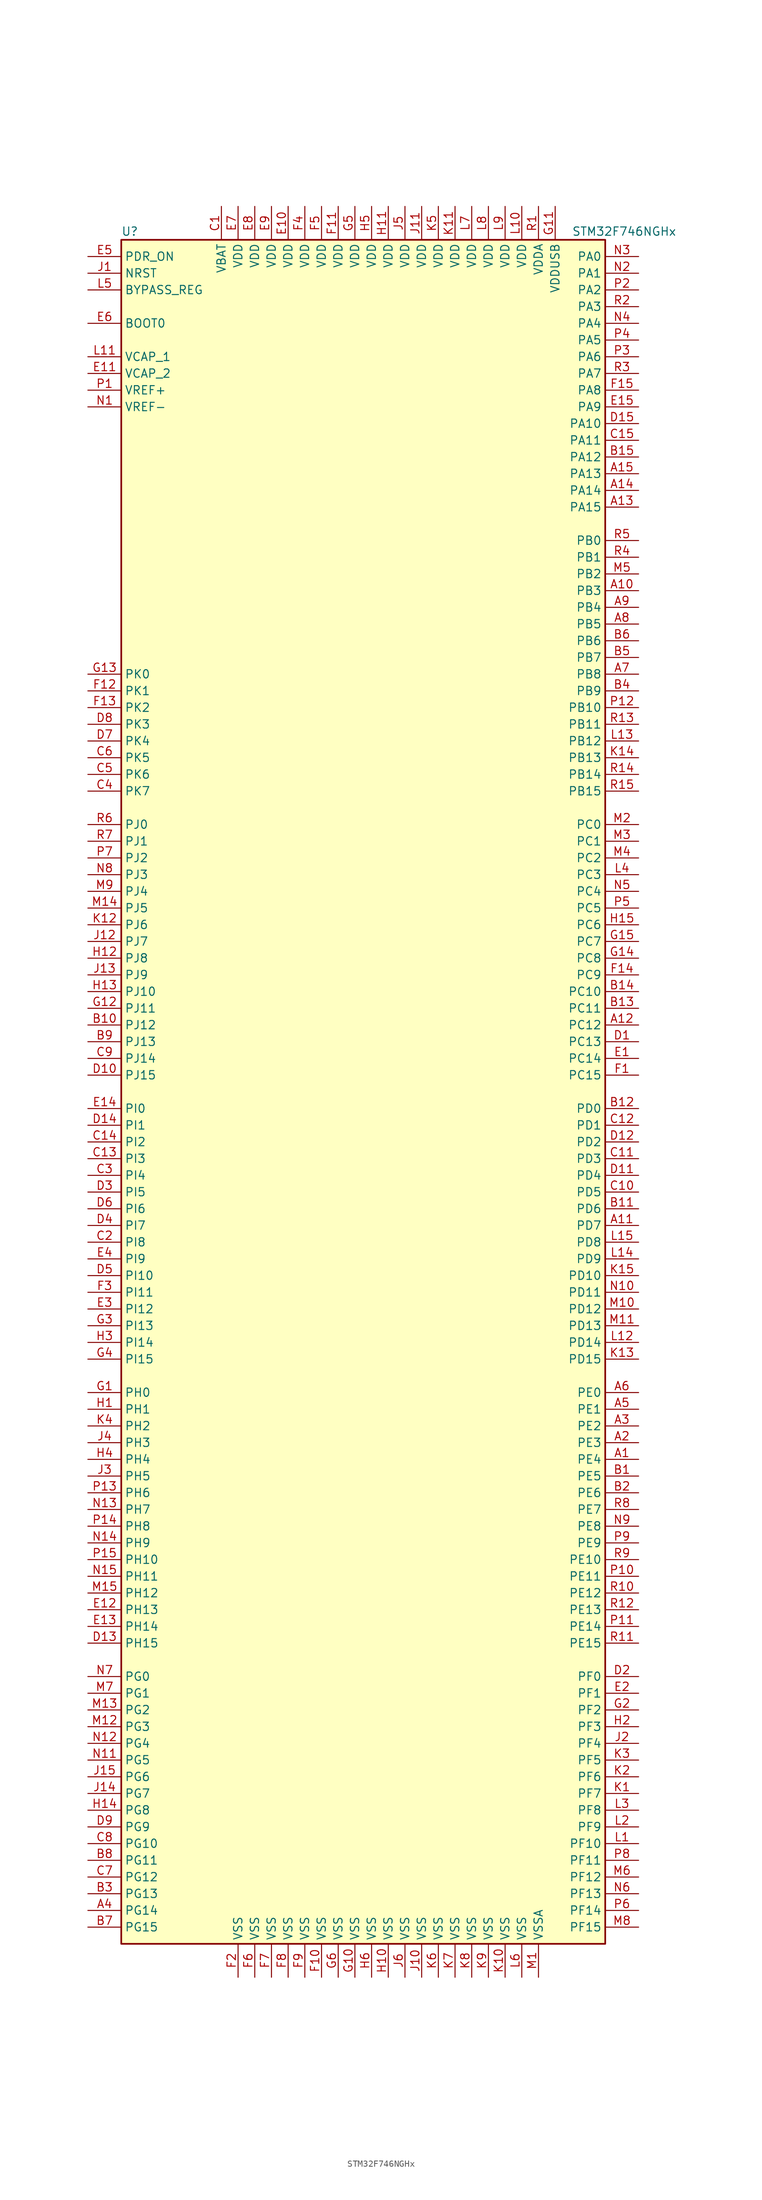
<source format=kicad_sym>
(kicad_symbol_lib
  (version 20201005)
  (generator kicad_symbol_editor)
  (symbol "MCU_ST_STM32F7:STM32F746NGHx"
    (property "Reference" "U"
      (at -38.1 130.81 0)
      (effects (font (size 1.27 1.27)) (justify left)))
    (property "Value" "STM32F746NGHx"
      (at 30.48 130.81 0)
      (effects (font (size 1.27 1.27)) (justify left)))
    (symbol "STM32F746NGHx_0_1"
      (rectangle (start -38.1 -129.54) (end 35.56 129.54) (stroke (width 0.254)) (fill (type background))))
    (symbol "STM32F746NGHx_1_1"
      (pin input line (at -43.18 116.84 0) (length 5.08) (name "BOOT0" (effects (font (size 1.27 1.27)))) (number "E6" (effects (font (size 1.27 1.27)))))
      (pin input line (at -43.18 121.92 0) (length 5.08) (name "BYPASS_REG" (effects (font (size 1.27 1.27)))) (number "L5" (effects (font (size 1.27 1.27)))))
      (pin input line (at -43.18 124.46 0) (length 5.08) (name "NRST" (effects (font (size 1.27 1.27)))) (number "J1" (effects (font (size 1.27 1.27)))))
      (pin bidirectional line (at 40.64 127 180) (length 5.08) (name "PA0" (effects (font (size 1.27 1.27)))) (number "N3" (effects (font (size 1.27 1.27)))))
      (pin bidirectional line (at 40.64 124.46 180) (length 5.08) (name "PA1" (effects (font (size 1.27 1.27)))) (number "N2" (effects (font (size 1.27 1.27)))))
      (pin bidirectional line (at 40.64 101.6 180) (length 5.08) (name "PA10" (effects (font (size 1.27 1.27)))) (number "D15" (effects (font (size 1.27 1.27)))))
      (pin bidirectional line (at 40.64 99.06 180) (length 5.08) (name "PA11" (effects (font (size 1.27 1.27)))) (number "C15" (effects (font (size 1.27 1.27)))))
      (pin bidirectional line (at 40.64 96.52 180) (length 5.08) (name "PA12" (effects (font (size 1.27 1.27)))) (number "B15" (effects (font (size 1.27 1.27)))))
      (pin bidirectional line (at 40.64 93.98 180) (length 5.08) (name "PA13" (effects (font (size 1.27 1.27)))) (number "A15" (effects (font (size 1.27 1.27)))))
      (pin bidirectional line (at 40.64 91.44 180) (length 5.08) (name "PA14" (effects (font (size 1.27 1.27)))) (number "A14" (effects (font (size 1.27 1.27)))))
      (pin bidirectional line (at 40.64 88.9 180) (length 5.08) (name "PA15" (effects (font (size 1.27 1.27)))) (number "A13" (effects (font (size 1.27 1.27)))))
      (pin bidirectional line (at 40.64 121.92 180) (length 5.08) (name "PA2" (effects (font (size 1.27 1.27)))) (number "P2" (effects (font (size 1.27 1.27)))))
      (pin bidirectional line (at 40.64 119.38 180) (length 5.08) (name "PA3" (effects (font (size 1.27 1.27)))) (number "R2" (effects (font (size 1.27 1.27)))))
      (pin bidirectional line (at 40.64 116.84 180) (length 5.08) (name "PA4" (effects (font (size 1.27 1.27)))) (number "N4" (effects (font (size 1.27 1.27)))))
      (pin bidirectional line (at 40.64 114.3 180) (length 5.08) (name "PA5" (effects (font (size 1.27 1.27)))) (number "P4" (effects (font (size 1.27 1.27)))))
      (pin bidirectional line (at 40.64 111.76 180) (length 5.08) (name "PA6" (effects (font (size 1.27 1.27)))) (number "P3" (effects (font (size 1.27 1.27)))))
      (pin bidirectional line (at 40.64 109.22 180) (length 5.08) (name "PA7" (effects (font (size 1.27 1.27)))) (number "R3" (effects (font (size 1.27 1.27)))))
      (pin bidirectional line (at 40.64 106.68 180) (length 5.08) (name "PA8" (effects (font (size 1.27 1.27)))) (number "F15" (effects (font (size 1.27 1.27)))))
      (pin bidirectional line (at 40.64 104.14 180) (length 5.08) (name "PA9" (effects (font (size 1.27 1.27)))) (number "E15" (effects (font (size 1.27 1.27)))))
      (pin bidirectional line (at 40.64 83.82 180) (length 5.08) (name "PB0" (effects (font (size 1.27 1.27)))) (number "R5" (effects (font (size 1.27 1.27)))))
      (pin bidirectional line (at 40.64 81.28 180) (length 5.08) (name "PB1" (effects (font (size 1.27 1.27)))) (number "R4" (effects (font (size 1.27 1.27)))))
      (pin bidirectional line (at 40.64 58.42 180) (length 5.08) (name "PB10" (effects (font (size 1.27 1.27)))) (number "P12" (effects (font (size 1.27 1.27)))))
      (pin bidirectional line (at 40.64 55.88 180) (length 5.08) (name "PB11" (effects (font (size 1.27 1.27)))) (number "R13" (effects (font (size 1.27 1.27)))))
      (pin bidirectional line (at 40.64 53.34 180) (length 5.08) (name "PB12" (effects (font (size 1.27 1.27)))) (number "L13" (effects (font (size 1.27 1.27)))))
      (pin bidirectional line (at 40.64 50.8 180) (length 5.08) (name "PB13" (effects (font (size 1.27 1.27)))) (number "K14" (effects (font (size 1.27 1.27)))))
      (pin bidirectional line (at 40.64 48.26 180) (length 5.08) (name "PB14" (effects (font (size 1.27 1.27)))) (number "R14" (effects (font (size 1.27 1.27)))))
      (pin bidirectional line (at 40.64 45.72 180) (length 5.08) (name "PB15" (effects (font (size 1.27 1.27)))) (number "R15" (effects (font (size 1.27 1.27)))))
      (pin bidirectional line (at 40.64 78.74 180) (length 5.08) (name "PB2" (effects (font (size 1.27 1.27)))) (number "M5" (effects (font (size 1.27 1.27)))))
      (pin bidirectional line (at 40.64 76.2 180) (length 5.08) (name "PB3" (effects (font (size 1.27 1.27)))) (number "A10" (effects (font (size 1.27 1.27)))))
      (pin bidirectional line (at 40.64 73.66 180) (length 5.08) (name "PB4" (effects (font (size 1.27 1.27)))) (number "A9" (effects (font (size 1.27 1.27)))))
      (pin bidirectional line (at 40.64 71.12 180) (length 5.08) (name "PB5" (effects (font (size 1.27 1.27)))) (number "A8" (effects (font (size 1.27 1.27)))))
      (pin bidirectional line (at 40.64 68.58 180) (length 5.08) (name "PB6" (effects (font (size 1.27 1.27)))) (number "B6" (effects (font (size 1.27 1.27)))))
      (pin bidirectional line (at 40.64 66.04 180) (length 5.08) (name "PB7" (effects (font (size 1.27 1.27)))) (number "B5" (effects (font (size 1.27 1.27)))))
      (pin bidirectional line (at 40.64 63.5 180) (length 5.08) (name "PB8" (effects (font (size 1.27 1.27)))) (number "A7" (effects (font (size 1.27 1.27)))))
      (pin bidirectional line (at 40.64 60.96 180) (length 5.08) (name "PB9" (effects (font (size 1.27 1.27)))) (number "B4" (effects (font (size 1.27 1.27)))))
      (pin bidirectional line (at 40.64 40.64 180) (length 5.08) (name "PC0" (effects (font (size 1.27 1.27)))) (number "M2" (effects (font (size 1.27 1.27)))))
      (pin bidirectional line (at 40.64 38.1 180) (length 5.08) (name "PC1" (effects (font (size 1.27 1.27)))) (number "M3" (effects (font (size 1.27 1.27)))))
      (pin bidirectional line (at 40.64 15.24 180) (length 5.08) (name "PC10" (effects (font (size 1.27 1.27)))) (number "B14" (effects (font (size 1.27 1.27)))))
      (pin bidirectional line (at 40.64 12.7 180) (length 5.08) (name "PC11" (effects (font (size 1.27 1.27)))) (number "B13" (effects (font (size 1.27 1.27)))))
      (pin bidirectional line (at 40.64 10.16 180) (length 5.08) (name "PC12" (effects (font (size 1.27 1.27)))) (number "A12" (effects (font (size 1.27 1.27)))))
      (pin bidirectional line (at 40.64 7.62 180) (length 5.08) (name "PC13" (effects (font (size 1.27 1.27)))) (number "D1" (effects (font (size 1.27 1.27)))))
      (pin bidirectional line (at 40.64 5.08 180) (length 5.08) (name "PC14" (effects (font (size 1.27 1.27)))) (number "E1" (effects (font (size 1.27 1.27)))))
      (pin bidirectional line (at 40.64 2.54 180) (length 5.08) (name "PC15" (effects (font (size 1.27 1.27)))) (number "F1" (effects (font (size 1.27 1.27)))))
      (pin bidirectional line (at 40.64 35.56 180) (length 5.08) (name "PC2" (effects (font (size 1.27 1.27)))) (number "M4" (effects (font (size 1.27 1.27)))))
      (pin bidirectional line (at 40.64 33.02 180) (length 5.08) (name "PC3" (effects (font (size 1.27 1.27)))) (number "L4" (effects (font (size 1.27 1.27)))))
      (pin bidirectional line (at 40.64 30.48 180) (length 5.08) (name "PC4" (effects (font (size 1.27 1.27)))) (number "N5" (effects (font (size 1.27 1.27)))))
      (pin bidirectional line (at 40.64 27.94 180) (length 5.08) (name "PC5" (effects (font (size 1.27 1.27)))) (number "P5" (effects (font (size 1.27 1.27)))))
      (pin bidirectional line (at 40.64 25.4 180) (length 5.08) (name "PC6" (effects (font (size 1.27 1.27)))) (number "H15" (effects (font (size 1.27 1.27)))))
      (pin bidirectional line (at 40.64 22.86 180) (length 5.08) (name "PC7" (effects (font (size 1.27 1.27)))) (number "G15" (effects (font (size 1.27 1.27)))))
      (pin bidirectional line (at 40.64 20.32 180) (length 5.08) (name "PC8" (effects (font (size 1.27 1.27)))) (number "G14" (effects (font (size 1.27 1.27)))))
      (pin bidirectional line (at 40.64 17.78 180) (length 5.08) (name "PC9" (effects (font (size 1.27 1.27)))) (number "F14" (effects (font (size 1.27 1.27)))))
      (pin bidirectional line (at 40.64 -2.54 180) (length 5.08) (name "PD0" (effects (font (size 1.27 1.27)))) (number "B12" (effects (font (size 1.27 1.27)))))
      (pin bidirectional line (at 40.64 -5.08 180) (length 5.08) (name "PD1" (effects (font (size 1.27 1.27)))) (number "C12" (effects (font (size 1.27 1.27)))))
      (pin bidirectional line (at 40.64 -27.94 180) (length 5.08) (name "PD10" (effects (font (size 1.27 1.27)))) (number "K15" (effects (font (size 1.27 1.27)))))
      (pin bidirectional line (at 40.64 -30.48 180) (length 5.08) (name "PD11" (effects (font (size 1.27 1.27)))) (number "N10" (effects (font (size 1.27 1.27)))))
      (pin bidirectional line (at 40.64 -33.02 180) (length 5.08) (name "PD12" (effects (font (size 1.27 1.27)))) (number "M10" (effects (font (size 1.27 1.27)))))
      (pin bidirectional line (at 40.64 -35.56 180) (length 5.08) (name "PD13" (effects (font (size 1.27 1.27)))) (number "M11" (effects (font (size 1.27 1.27)))))
      (pin bidirectional line (at 40.64 -38.1 180) (length 5.08) (name "PD14" (effects (font (size 1.27 1.27)))) (number "L12" (effects (font (size 1.27 1.27)))))
      (pin bidirectional line (at 40.64 -40.64 180) (length 5.08) (name "PD15" (effects (font (size 1.27 1.27)))) (number "K13" (effects (font (size 1.27 1.27)))))
      (pin bidirectional line (at 40.64 -7.62 180) (length 5.08) (name "PD2" (effects (font (size 1.27 1.27)))) (number "D12" (effects (font (size 1.27 1.27)))))
      (pin bidirectional line (at 40.64 -10.16 180) (length 5.08) (name "PD3" (effects (font (size 1.27 1.27)))) (number "C11" (effects (font (size 1.27 1.27)))))
      (pin bidirectional line (at 40.64 -12.7 180) (length 5.08) (name "PD4" (effects (font (size 1.27 1.27)))) (number "D11" (effects (font (size 1.27 1.27)))))
      (pin bidirectional line (at 40.64 -15.24 180) (length 5.08) (name "PD5" (effects (font (size 1.27 1.27)))) (number "C10" (effects (font (size 1.27 1.27)))))
      (pin bidirectional line (at 40.64 -17.78 180) (length 5.08) (name "PD6" (effects (font (size 1.27 1.27)))) (number "B11" (effects (font (size 1.27 1.27)))))
      (pin bidirectional line (at 40.64 -20.32 180) (length 5.08) (name "PD7" (effects (font (size 1.27 1.27)))) (number "A11" (effects (font (size 1.27 1.27)))))
      (pin bidirectional line (at 40.64 -22.86 180) (length 5.08) (name "PD8" (effects (font (size 1.27 1.27)))) (number "L15" (effects (font (size 1.27 1.27)))))
      (pin bidirectional line (at 40.64 -25.4 180) (length 5.08) (name "PD9" (effects (font (size 1.27 1.27)))) (number "L14" (effects (font (size 1.27 1.27)))))
      (pin input line (at -43.18 127 0) (length 5.08) (name "PDR_ON" (effects (font (size 1.27 1.27)))) (number "E5" (effects (font (size 1.27 1.27)))))
      (pin bidirectional line (at 40.64 -45.72 180) (length 5.08) (name "PE0" (effects (font (size 1.27 1.27)))) (number "A6" (effects (font (size 1.27 1.27)))))
      (pin bidirectional line (at 40.64 -48.26 180) (length 5.08) (name "PE1" (effects (font (size 1.27 1.27)))) (number "A5" (effects (font (size 1.27 1.27)))))
      (pin bidirectional line (at 40.64 -71.12 180) (length 5.08) (name "PE10" (effects (font (size 1.27 1.27)))) (number "R9" (effects (font (size 1.27 1.27)))))
      (pin bidirectional line (at 40.64 -73.66 180) (length 5.08) (name "PE11" (effects (font (size 1.27 1.27)))) (number "P10" (effects (font (size 1.27 1.27)))))
      (pin bidirectional line (at 40.64 -76.2 180) (length 5.08) (name "PE12" (effects (font (size 1.27 1.27)))) (number "R10" (effects (font (size 1.27 1.27)))))
      (pin bidirectional line (at 40.64 -78.74 180) (length 5.08) (name "PE13" (effects (font (size 1.27 1.27)))) (number "R12" (effects (font (size 1.27 1.27)))))
      (pin bidirectional line (at 40.64 -81.28 180) (length 5.08) (name "PE14" (effects (font (size 1.27 1.27)))) (number "P11" (effects (font (size 1.27 1.27)))))
      (pin bidirectional line (at 40.64 -83.82 180) (length 5.08) (name "PE15" (effects (font (size 1.27 1.27)))) (number "R11" (effects (font (size 1.27 1.27)))))
      (pin bidirectional line (at 40.64 -50.8 180) (length 5.08) (name "PE2" (effects (font (size 1.27 1.27)))) (number "A3" (effects (font (size 1.27 1.27)))))
      (pin bidirectional line (at 40.64 -53.34 180) (length 5.08) (name "PE3" (effects (font (size 1.27 1.27)))) (number "A2" (effects (font (size 1.27 1.27)))))
      (pin bidirectional line (at 40.64 -55.88 180) (length 5.08) (name "PE4" (effects (font (size 1.27 1.27)))) (number "A1" (effects (font (size 1.27 1.27)))))
      (pin bidirectional line (at 40.64 -58.42 180) (length 5.08) (name "PE5" (effects (font (size 1.27 1.27)))) (number "B1" (effects (font (size 1.27 1.27)))))
      (pin bidirectional line (at 40.64 -60.96 180) (length 5.08) (name "PE6" (effects (font (size 1.27 1.27)))) (number "B2" (effects (font (size 1.27 1.27)))))
      (pin bidirectional line (at 40.64 -63.5 180) (length 5.08) (name "PE7" (effects (font (size 1.27 1.27)))) (number "R8" (effects (font (size 1.27 1.27)))))
      (pin bidirectional line (at 40.64 -66.04 180) (length 5.08) (name "PE8" (effects (font (size 1.27 1.27)))) (number "N9" (effects (font (size 1.27 1.27)))))
      (pin bidirectional line (at 40.64 -68.58 180) (length 5.08) (name "PE9" (effects (font (size 1.27 1.27)))) (number "P9" (effects (font (size 1.27 1.27)))))
      (pin bidirectional line (at 40.64 -88.9 180) (length 5.08) (name "PF0" (effects (font (size 1.27 1.27)))) (number "D2" (effects (font (size 1.27 1.27)))))
      (pin bidirectional line (at 40.64 -91.44 180) (length 5.08) (name "PF1" (effects (font (size 1.27 1.27)))) (number "E2" (effects (font (size 1.27 1.27)))))
      (pin bidirectional line (at 40.64 -114.3 180) (length 5.08) (name "PF10" (effects (font (size 1.27 1.27)))) (number "L1" (effects (font (size 1.27 1.27)))))
      (pin bidirectional line (at 40.64 -116.84 180) (length 5.08) (name "PF11" (effects (font (size 1.27 1.27)))) (number "P8" (effects (font (size 1.27 1.27)))))
      (pin bidirectional line (at 40.64 -119.38 180) (length 5.08) (name "PF12" (effects (font (size 1.27 1.27)))) (number "M6" (effects (font (size 1.27 1.27)))))
      (pin bidirectional line (at 40.64 -121.92 180) (length 5.08) (name "PF13" (effects (font (size 1.27 1.27)))) (number "N6" (effects (font (size 1.27 1.27)))))
      (pin bidirectional line (at 40.64 -124.46 180) (length 5.08) (name "PF14" (effects (font (size 1.27 1.27)))) (number "P6" (effects (font (size 1.27 1.27)))))
      (pin bidirectional line (at 40.64 -127 180) (length 5.08) (name "PF15" (effects (font (size 1.27 1.27)))) (number "M8" (effects (font (size 1.27 1.27)))))
      (pin bidirectional line (at 40.64 -93.98 180) (length 5.08) (name "PF2" (effects (font (size 1.27 1.27)))) (number "G2" (effects (font (size 1.27 1.27)))))
      (pin bidirectional line (at 40.64 -96.52 180) (length 5.08) (name "PF3" (effects (font (size 1.27 1.27)))) (number "H2" (effects (font (size 1.27 1.27)))))
      (pin bidirectional line (at 40.64 -99.06 180) (length 5.08) (name "PF4" (effects (font (size 1.27 1.27)))) (number "J2" (effects (font (size 1.27 1.27)))))
      (pin bidirectional line (at 40.64 -101.6 180) (length 5.08) (name "PF5" (effects (font (size 1.27 1.27)))) (number "K3" (effects (font (size 1.27 1.27)))))
      (pin bidirectional line (at 40.64 -104.14 180) (length 5.08) (name "PF6" (effects (font (size 1.27 1.27)))) (number "K2" (effects (font (size 1.27 1.27)))))
      (pin bidirectional line (at 40.64 -106.68 180) (length 5.08) (name "PF7" (effects (font (size 1.27 1.27)))) (number "K1" (effects (font (size 1.27 1.27)))))
      (pin bidirectional line (at 40.64 -109.22 180) (length 5.08) (name "PF8" (effects (font (size 1.27 1.27)))) (number "L3" (effects (font (size 1.27 1.27)))))
      (pin bidirectional line (at 40.64 -111.76 180) (length 5.08) (name "PF9" (effects (font (size 1.27 1.27)))) (number "L2" (effects (font (size 1.27 1.27)))))
      (pin bidirectional line (at -43.18 -88.9 0) (length 5.08) (name "PG0" (effects (font (size 1.27 1.27)))) (number "N7" (effects (font (size 1.27 1.27)))))
      (pin bidirectional line (at -43.18 -91.44 0) (length 5.08) (name "PG1" (effects (font (size 1.27 1.27)))) (number "M7" (effects (font (size 1.27 1.27)))))
      (pin bidirectional line (at -43.18 -114.3 0) (length 5.08) (name "PG10" (effects (font (size 1.27 1.27)))) (number "C8" (effects (font (size 1.27 1.27)))))
      (pin bidirectional line (at -43.18 -116.84 0) (length 5.08) (name "PG11" (effects (font (size 1.27 1.27)))) (number "B8" (effects (font (size 1.27 1.27)))))
      (pin bidirectional line (at -43.18 -119.38 0) (length 5.08) (name "PG12" (effects (font (size 1.27 1.27)))) (number "C7" (effects (font (size 1.27 1.27)))))
      (pin bidirectional line (at -43.18 -121.92 0) (length 5.08) (name "PG13" (effects (font (size 1.27 1.27)))) (number "B3" (effects (font (size 1.27 1.27)))))
      (pin bidirectional line (at -43.18 -124.46 0) (length 5.08) (name "PG14" (effects (font (size 1.27 1.27)))) (number "A4" (effects (font (size 1.27 1.27)))))
      (pin bidirectional line (at -43.18 -127 0) (length 5.08) (name "PG15" (effects (font (size 1.27 1.27)))) (number "B7" (effects (font (size 1.27 1.27)))))
      (pin bidirectional line (at -43.18 -93.98 0) (length 5.08) (name "PG2" (effects (font (size 1.27 1.27)))) (number "M13" (effects (font (size 1.27 1.27)))))
      (pin bidirectional line (at -43.18 -96.52 0) (length 5.08) (name "PG3" (effects (font (size 1.27 1.27)))) (number "M12" (effects (font (size 1.27 1.27)))))
      (pin bidirectional line (at -43.18 -99.06 0) (length 5.08) (name "PG4" (effects (font (size 1.27 1.27)))) (number "N12" (effects (font (size 1.27 1.27)))))
      (pin bidirectional line (at -43.18 -101.6 0) (length 5.08) (name "PG5" (effects (font (size 1.27 1.27)))) (number "N11" (effects (font (size 1.27 1.27)))))
      (pin bidirectional line (at -43.18 -104.14 0) (length 5.08) (name "PG6" (effects (font (size 1.27 1.27)))) (number "J15" (effects (font (size 1.27 1.27)))))
      (pin bidirectional line (at -43.18 -106.68 0) (length 5.08) (name "PG7" (effects (font (size 1.27 1.27)))) (number "J14" (effects (font (size 1.27 1.27)))))
      (pin bidirectional line (at -43.18 -109.22 0) (length 5.08) (name "PG8" (effects (font (size 1.27 1.27)))) (number "H14" (effects (font (size 1.27 1.27)))))
      (pin bidirectional line (at -43.18 -111.76 0) (length 5.08) (name "PG9" (effects (font (size 1.27 1.27)))) (number "D9" (effects (font (size 1.27 1.27)))))
      (pin input line (at -43.18 -45.72 0) (length 5.08) (name "PH0" (effects (font (size 1.27 1.27)))) (number "G1" (effects (font (size 1.27 1.27)))))
      (pin input line (at -43.18 -48.26 0) (length 5.08) (name "PH1" (effects (font (size 1.27 1.27)))) (number "H1" (effects (font (size 1.27 1.27)))))
      (pin bidirectional line (at -43.18 -71.12 0) (length 5.08) (name "PH10" (effects (font (size 1.27 1.27)))) (number "P15" (effects (font (size 1.27 1.27)))))
      (pin bidirectional line (at -43.18 -73.66 0) (length 5.08) (name "PH11" (effects (font (size 1.27 1.27)))) (number "N15" (effects (font (size 1.27 1.27)))))
      (pin bidirectional line (at -43.18 -76.2 0) (length 5.08) (name "PH12" (effects (font (size 1.27 1.27)))) (number "M15" (effects (font (size 1.27 1.27)))))
      (pin bidirectional line (at -43.18 -78.74 0) (length 5.08) (name "PH13" (effects (font (size 1.27 1.27)))) (number "E12" (effects (font (size 1.27 1.27)))))
      (pin bidirectional line (at -43.18 -81.28 0) (length 5.08) (name "PH14" (effects (font (size 1.27 1.27)))) (number "E13" (effects (font (size 1.27 1.27)))))
      (pin bidirectional line (at -43.18 -83.82 0) (length 5.08) (name "PH15" (effects (font (size 1.27 1.27)))) (number "D13" (effects (font (size 1.27 1.27)))))
      (pin bidirectional line (at -43.18 -50.8 0) (length 5.08) (name "PH2" (effects (font (size 1.27 1.27)))) (number "K4" (effects (font (size 1.27 1.27)))))
      (pin bidirectional line (at -43.18 -53.34 0) (length 5.08) (name "PH3" (effects (font (size 1.27 1.27)))) (number "J4" (effects (font (size 1.27 1.27)))))
      (pin bidirectional line (at -43.18 -55.88 0) (length 5.08) (name "PH4" (effects (font (size 1.27 1.27)))) (number "H4" (effects (font (size 1.27 1.27)))))
      (pin bidirectional line (at -43.18 -58.42 0) (length 5.08) (name "PH5" (effects (font (size 1.27 1.27)))) (number "J3" (effects (font (size 1.27 1.27)))))
      (pin bidirectional line (at -43.18 -60.96 0) (length 5.08) (name "PH6" (effects (font (size 1.27 1.27)))) (number "P13" (effects (font (size 1.27 1.27)))))
      (pin bidirectional line (at -43.18 -63.5 0) (length 5.08) (name "PH7" (effects (font (size 1.27 1.27)))) (number "N13" (effects (font (size 1.27 1.27)))))
      (pin bidirectional line (at -43.18 -66.04 0) (length 5.08) (name "PH8" (effects (font (size 1.27 1.27)))) (number "P14" (effects (font (size 1.27 1.27)))))
      (pin bidirectional line (at -43.18 -68.58 0) (length 5.08) (name "PH9" (effects (font (size 1.27 1.27)))) (number "N14" (effects (font (size 1.27 1.27)))))
      (pin bidirectional line (at -43.18 -2.54 0) (length 5.08) (name "PI0" (effects (font (size 1.27 1.27)))) (number "E14" (effects (font (size 1.27 1.27)))))
      (pin bidirectional line (at -43.18 -5.08 0) (length 5.08) (name "PI1" (effects (font (size 1.27 1.27)))) (number "D14" (effects (font (size 1.27 1.27)))))
      (pin bidirectional line (at -43.18 -27.94 0) (length 5.08) (name "PI10" (effects (font (size 1.27 1.27)))) (number "D5" (effects (font (size 1.27 1.27)))))
      (pin bidirectional line (at -43.18 -30.48 0) (length 5.08) (name "PI11" (effects (font (size 1.27 1.27)))) (number "F3" (effects (font (size 1.27 1.27)))))
      (pin bidirectional line (at -43.18 -33.02 0) (length 5.08) (name "PI12" (effects (font (size 1.27 1.27)))) (number "E3" (effects (font (size 1.27 1.27)))))
      (pin bidirectional line (at -43.18 -35.56 0) (length 5.08) (name "PI13" (effects (font (size 1.27 1.27)))) (number "G3" (effects (font (size 1.27 1.27)))))
      (pin bidirectional line (at -43.18 -38.1 0) (length 5.08) (name "PI14" (effects (font (size 1.27 1.27)))) (number "H3" (effects (font (size 1.27 1.27)))))
      (pin bidirectional line (at -43.18 -40.64 0) (length 5.08) (name "PI15" (effects (font (size 1.27 1.27)))) (number "G4" (effects (font (size 1.27 1.27)))))
      (pin bidirectional line (at -43.18 -7.62 0) (length 5.08) (name "PI2" (effects (font (size 1.27 1.27)))) (number "C14" (effects (font (size 1.27 1.27)))))
      (pin bidirectional line (at -43.18 -10.16 0) (length 5.08) (name "PI3" (effects (font (size 1.27 1.27)))) (number "C13" (effects (font (size 1.27 1.27)))))
      (pin bidirectional line (at -43.18 -12.7 0) (length 5.08) (name "PI4" (effects (font (size 1.27 1.27)))) (number "C3" (effects (font (size 1.27 1.27)))))
      (pin bidirectional line (at -43.18 -15.24 0) (length 5.08) (name "PI5" (effects (font (size 1.27 1.27)))) (number "D3" (effects (font (size 1.27 1.27)))))
      (pin bidirectional line (at -43.18 -17.78 0) (length 5.08) (name "PI6" (effects (font (size 1.27 1.27)))) (number "D6" (effects (font (size 1.27 1.27)))))
      (pin bidirectional line (at -43.18 -20.32 0) (length 5.08) (name "PI7" (effects (font (size 1.27 1.27)))) (number "D4" (effects (font (size 1.27 1.27)))))
      (pin bidirectional line (at -43.18 -22.86 0) (length 5.08) (name "PI8" (effects (font (size 1.27 1.27)))) (number "C2" (effects (font (size 1.27 1.27)))))
      (pin bidirectional line (at -43.18 -25.4 0) (length 5.08) (name "PI9" (effects (font (size 1.27 1.27)))) (number "E4" (effects (font (size 1.27 1.27)))))
      (pin bidirectional line (at -43.18 40.64 0) (length 5.08) (name "PJ0" (effects (font (size 1.27 1.27)))) (number "R6" (effects (font (size 1.27 1.27)))))
      (pin bidirectional line (at -43.18 38.1 0) (length 5.08) (name "PJ1" (effects (font (size 1.27 1.27)))) (number "R7" (effects (font (size 1.27 1.27)))))
      (pin bidirectional line (at -43.18 15.24 0) (length 5.08) (name "PJ10" (effects (font (size 1.27 1.27)))) (number "H13" (effects (font (size 1.27 1.27)))))
      (pin bidirectional line (at -43.18 12.7 0) (length 5.08) (name "PJ11" (effects (font (size 1.27 1.27)))) (number "G12" (effects (font (size 1.27 1.27)))))
      (pin bidirectional line (at -43.18 10.16 0) (length 5.08) (name "PJ12" (effects (font (size 1.27 1.27)))) (number "B10" (effects (font (size 1.27 1.27)))))
      (pin bidirectional line (at -43.18 7.62 0) (length 5.08) (name "PJ13" (effects (font (size 1.27 1.27)))) (number "B9" (effects (font (size 1.27 1.27)))))
      (pin bidirectional line (at -43.18 5.08 0) (length 5.08) (name "PJ14" (effects (font (size 1.27 1.27)))) (number "C9" (effects (font (size 1.27 1.27)))))
      (pin bidirectional line (at -43.18 2.54 0) (length 5.08) (name "PJ15" (effects (font (size 1.27 1.27)))) (number "D10" (effects (font (size 1.27 1.27)))))
      (pin bidirectional line (at -43.18 35.56 0) (length 5.08) (name "PJ2" (effects (font (size 1.27 1.27)))) (number "P7" (effects (font (size 1.27 1.27)))))
      (pin bidirectional line (at -43.18 33.02 0) (length 5.08) (name "PJ3" (effects (font (size 1.27 1.27)))) (number "N8" (effects (font (size 1.27 1.27)))))
      (pin bidirectional line (at -43.18 30.48 0) (length 5.08) (name "PJ4" (effects (font (size 1.27 1.27)))) (number "M9" (effects (font (size 1.27 1.27)))))
      (pin bidirectional line (at -43.18 27.94 0) (length 5.08) (name "PJ5" (effects (font (size 1.27 1.27)))) (number "M14" (effects (font (size 1.27 1.27)))))
      (pin bidirectional line (at -43.18 25.4 0) (length 5.08) (name "PJ6" (effects (font (size 1.27 1.27)))) (number "K12" (effects (font (size 1.27 1.27)))))
      (pin bidirectional line (at -43.18 22.86 0) (length 5.08) (name "PJ7" (effects (font (size 1.27 1.27)))) (number "J12" (effects (font (size 1.27 1.27)))))
      (pin bidirectional line (at -43.18 20.32 0) (length 5.08) (name "PJ8" (effects (font (size 1.27 1.27)))) (number "H12" (effects (font (size 1.27 1.27)))))
      (pin bidirectional line (at -43.18 17.78 0) (length 5.08) (name "PJ9" (effects (font (size 1.27 1.27)))) (number "J13" (effects (font (size 1.27 1.27)))))
      (pin bidirectional line (at -43.18 63.5 0) (length 5.08) (name "PK0" (effects (font (size 1.27 1.27)))) (number "G13" (effects (font (size 1.27 1.27)))))
      (pin bidirectional line (at -43.18 60.96 0) (length 5.08) (name "PK1" (effects (font (size 1.27 1.27)))) (number "F12" (effects (font (size 1.27 1.27)))))
      (pin bidirectional line (at -43.18 58.42 0) (length 5.08) (name "PK2" (effects (font (size 1.27 1.27)))) (number "F13" (effects (font (size 1.27 1.27)))))
      (pin bidirectional line (at -43.18 55.88 0) (length 5.08) (name "PK3" (effects (font (size 1.27 1.27)))) (number "D8" (effects (font (size 1.27 1.27)))))
      (pin bidirectional line (at -43.18 53.34 0) (length 5.08) (name "PK4" (effects (font (size 1.27 1.27)))) (number "D7" (effects (font (size 1.27 1.27)))))
      (pin bidirectional line (at -43.18 50.8 0) (length 5.08) (name "PK5" (effects (font (size 1.27 1.27)))) (number "C6" (effects (font (size 1.27 1.27)))))
      (pin bidirectional line (at -43.18 48.26 0) (length 5.08) (name "PK6" (effects (font (size 1.27 1.27)))) (number "C5" (effects (font (size 1.27 1.27)))))
      (pin bidirectional line (at -43.18 45.72 0) (length 5.08) (name "PK7" (effects (font (size 1.27 1.27)))) (number "C4" (effects (font (size 1.27 1.27)))))
      (pin power_in line (at -22.86 134.62 270) (length 5.08) (name "VBAT" (effects (font (size 1.27 1.27)))) (number "C1" (effects (font (size 1.27 1.27)))))
      (pin power_in line (at -43.18 111.76 0) (length 5.08) (name "VCAP_1" (effects (font (size 1.27 1.27)))) (number "L11" (effects (font (size 1.27 1.27)))))
      (pin power_in line (at -43.18 109.22 0) (length 5.08) (name "VCAP_2" (effects (font (size 1.27 1.27)))) (number "E11" (effects (font (size 1.27 1.27)))))
      (pin power_in line (at -12.7 134.62 270) (length 5.08) (name "VDD" (effects (font (size 1.27 1.27)))) (number "E10" (effects (font (size 1.27 1.27)))))
      (pin power_in line (at -20.32 134.62 270) (length 5.08) (name "VDD" (effects (font (size 1.27 1.27)))) (number "E7" (effects (font (size 1.27 1.27)))))
      (pin power_in line (at -17.78 134.62 270) (length 5.08) (name "VDD" (effects (font (size 1.27 1.27)))) (number "E8" (effects (font (size 1.27 1.27)))))
      (pin power_in line (at -15.24 134.62 270) (length 5.08) (name "VDD" (effects (font (size 1.27 1.27)))) (number "E9" (effects (font (size 1.27 1.27)))))
      (pin power_in line (at -5.08 134.62 270) (length 5.08) (name "VDD" (effects (font (size 1.27 1.27)))) (number "F11" (effects (font (size 1.27 1.27)))))
      (pin power_in line (at -10.16 134.62 270) (length 5.08) (name "VDD" (effects (font (size 1.27 1.27)))) (number "F4" (effects (font (size 1.27 1.27)))))
      (pin power_in line (at -7.62 134.62 270) (length 5.08) (name "VDD" (effects (font (size 1.27 1.27)))) (number "F5" (effects (font (size 1.27 1.27)))))
      (pin power_in line (at -2.54 134.62 270) (length 5.08) (name "VDD" (effects (font (size 1.27 1.27)))) (number "G5" (effects (font (size 1.27 1.27)))))
      (pin power_in line (at 2.54 134.62 270) (length 5.08) (name "VDD" (effects (font (size 1.27 1.27)))) (number "H11" (effects (font (size 1.27 1.27)))))
      (pin power_in line (at 0 134.62 270) (length 5.08) (name "VDD" (effects (font (size 1.27 1.27)))) (number "H5" (effects (font (size 1.27 1.27)))))
      (pin power_in line (at 7.62 134.62 270) (length 5.08) (name "VDD" (effects (font (size 1.27 1.27)))) (number "J11" (effects (font (size 1.27 1.27)))))
      (pin power_in line (at 5.08 134.62 270) (length 5.08) (name "VDD" (effects (font (size 1.27 1.27)))) (number "J5" (effects (font (size 1.27 1.27)))))
      (pin power_in line (at 12.7 134.62 270) (length 5.08) (name "VDD" (effects (font (size 1.27 1.27)))) (number "K11" (effects (font (size 1.27 1.27)))))
      (pin power_in line (at 10.16 134.62 270) (length 5.08) (name "VDD" (effects (font (size 1.27 1.27)))) (number "K5" (effects (font (size 1.27 1.27)))))
      (pin power_in line (at 22.86 134.62 270) (length 5.08) (name "VDD" (effects (font (size 1.27 1.27)))) (number "L10" (effects (font (size 1.27 1.27)))))
      (pin power_in line (at 15.24 134.62 270) (length 5.08) (name "VDD" (effects (font (size 1.27 1.27)))) (number "L7" (effects (font (size 1.27 1.27)))))
      (pin power_in line (at 17.78 134.62 270) (length 5.08) (name "VDD" (effects (font (size 1.27 1.27)))) (number "L8" (effects (font (size 1.27 1.27)))))
      (pin power_in line (at 20.32 134.62 270) (length 5.08) (name "VDD" (effects (font (size 1.27 1.27)))) (number "L9" (effects (font (size 1.27 1.27)))))
      (pin power_in line (at 25.4 134.62 270) (length 5.08) (name "VDDA" (effects (font (size 1.27 1.27)))) (number "R1" (effects (font (size 1.27 1.27)))))
      (pin power_in line (at 27.94 134.62 270) (length 5.08) (name "VDDUSB" (effects (font (size 1.27 1.27)))) (number "G11" (effects (font (size 1.27 1.27)))))
      (pin power_in line (at -43.18 106.68 0) (length 5.08) (name "VREF+" (effects (font (size 1.27 1.27)))) (number "P1" (effects (font (size 1.27 1.27)))))
      (pin power_in line (at -43.18 104.14 0) (length 5.08) (name "VREF-" (effects (font (size 1.27 1.27)))) (number "N1" (effects (font (size 1.27 1.27)))))
      (pin power_in line (at -7.62 -134.62 90) (length 5.08) (name "VSS" (effects (font (size 1.27 1.27)))) (number "F10" (effects (font (size 1.27 1.27)))))
      (pin power_in line (at -20.32 -134.62 90) (length 5.08) (name "VSS" (effects (font (size 1.27 1.27)))) (number "F2" (effects (font (size 1.27 1.27)))))
      (pin power_in line (at -17.78 -134.62 90) (length 5.08) (name "VSS" (effects (font (size 1.27 1.27)))) (number "F6" (effects (font (size 1.27 1.27)))))
      (pin power_in line (at -15.24 -134.62 90) (length 5.08) (name "VSS" (effects (font (size 1.27 1.27)))) (number "F7" (effects (font (size 1.27 1.27)))))
      (pin power_in line (at -12.7 -134.62 90) (length 5.08) (name "VSS" (effects (font (size 1.27 1.27)))) (number "F8" (effects (font (size 1.27 1.27)))))
      (pin power_in line (at -10.16 -134.62 90) (length 5.08) (name "VSS" (effects (font (size 1.27 1.27)))) (number "F9" (effects (font (size 1.27 1.27)))))
      (pin power_in line (at -2.54 -134.62 90) (length 5.08) (name "VSS" (effects (font (size 1.27 1.27)))) (number "G10" (effects (font (size 1.27 1.27)))))
      (pin power_in line (at -5.08 -134.62 90) (length 5.08) (name "VSS" (effects (font (size 1.27 1.27)))) (number "G6" (effects (font (size 1.27 1.27)))))
      (pin power_in line (at 2.54 -134.62 90) (length 5.08) (name "VSS" (effects (font (size 1.27 1.27)))) (number "H10" (effects (font (size 1.27 1.27)))))
      (pin power_in line (at 0 -134.62 90) (length 5.08) (name "VSS" (effects (font (size 1.27 1.27)))) (number "H6" (effects (font (size 1.27 1.27)))))
      (pin power_in line (at 7.62 -134.62 90) (length 5.08) (name "VSS" (effects (font (size 1.27 1.27)))) (number "J10" (effects (font (size 1.27 1.27)))))
      (pin power_in line (at 5.08 -134.62 90) (length 5.08) (name "VSS" (effects (font (size 1.27 1.27)))) (number "J6" (effects (font (size 1.27 1.27)))))
      (pin power_in line (at 20.32 -134.62 90) (length 5.08) (name "VSS" (effects (font (size 1.27 1.27)))) (number "K10" (effects (font (size 1.27 1.27)))))
      (pin power_in line (at 10.16 -134.62 90) (length 5.08) (name "VSS" (effects (font (size 1.27 1.27)))) (number "K6" (effects (font (size 1.27 1.27)))))
      (pin power_in line (at 12.7 -134.62 90) (length 5.08) (name "VSS" (effects (font (size 1.27 1.27)))) (number "K7" (effects (font (size 1.27 1.27)))))
      (pin power_in line (at 15.24 -134.62 90) (length 5.08) (name "VSS" (effects (font (size 1.27 1.27)))) (number "K8" (effects (font (size 1.27 1.27)))))
      (pin power_in line (at 17.78 -134.62 90) (length 5.08) (name "VSS" (effects (font (size 1.27 1.27)))) (number "K9" (effects (font (size 1.27 1.27)))))
      (pin power_in line (at 22.86 -134.62 90) (length 5.08) (name "VSS" (effects (font (size 1.27 1.27)))) (number "L6" (effects (font (size 1.27 1.27)))))
      (pin power_in line (at 25.4 -134.62 90) (length 5.08) (name "VSSA" (effects (font (size 1.27 1.27)))) (number "M1" (effects (font (size 1.27 1.27))))))))
</source>
